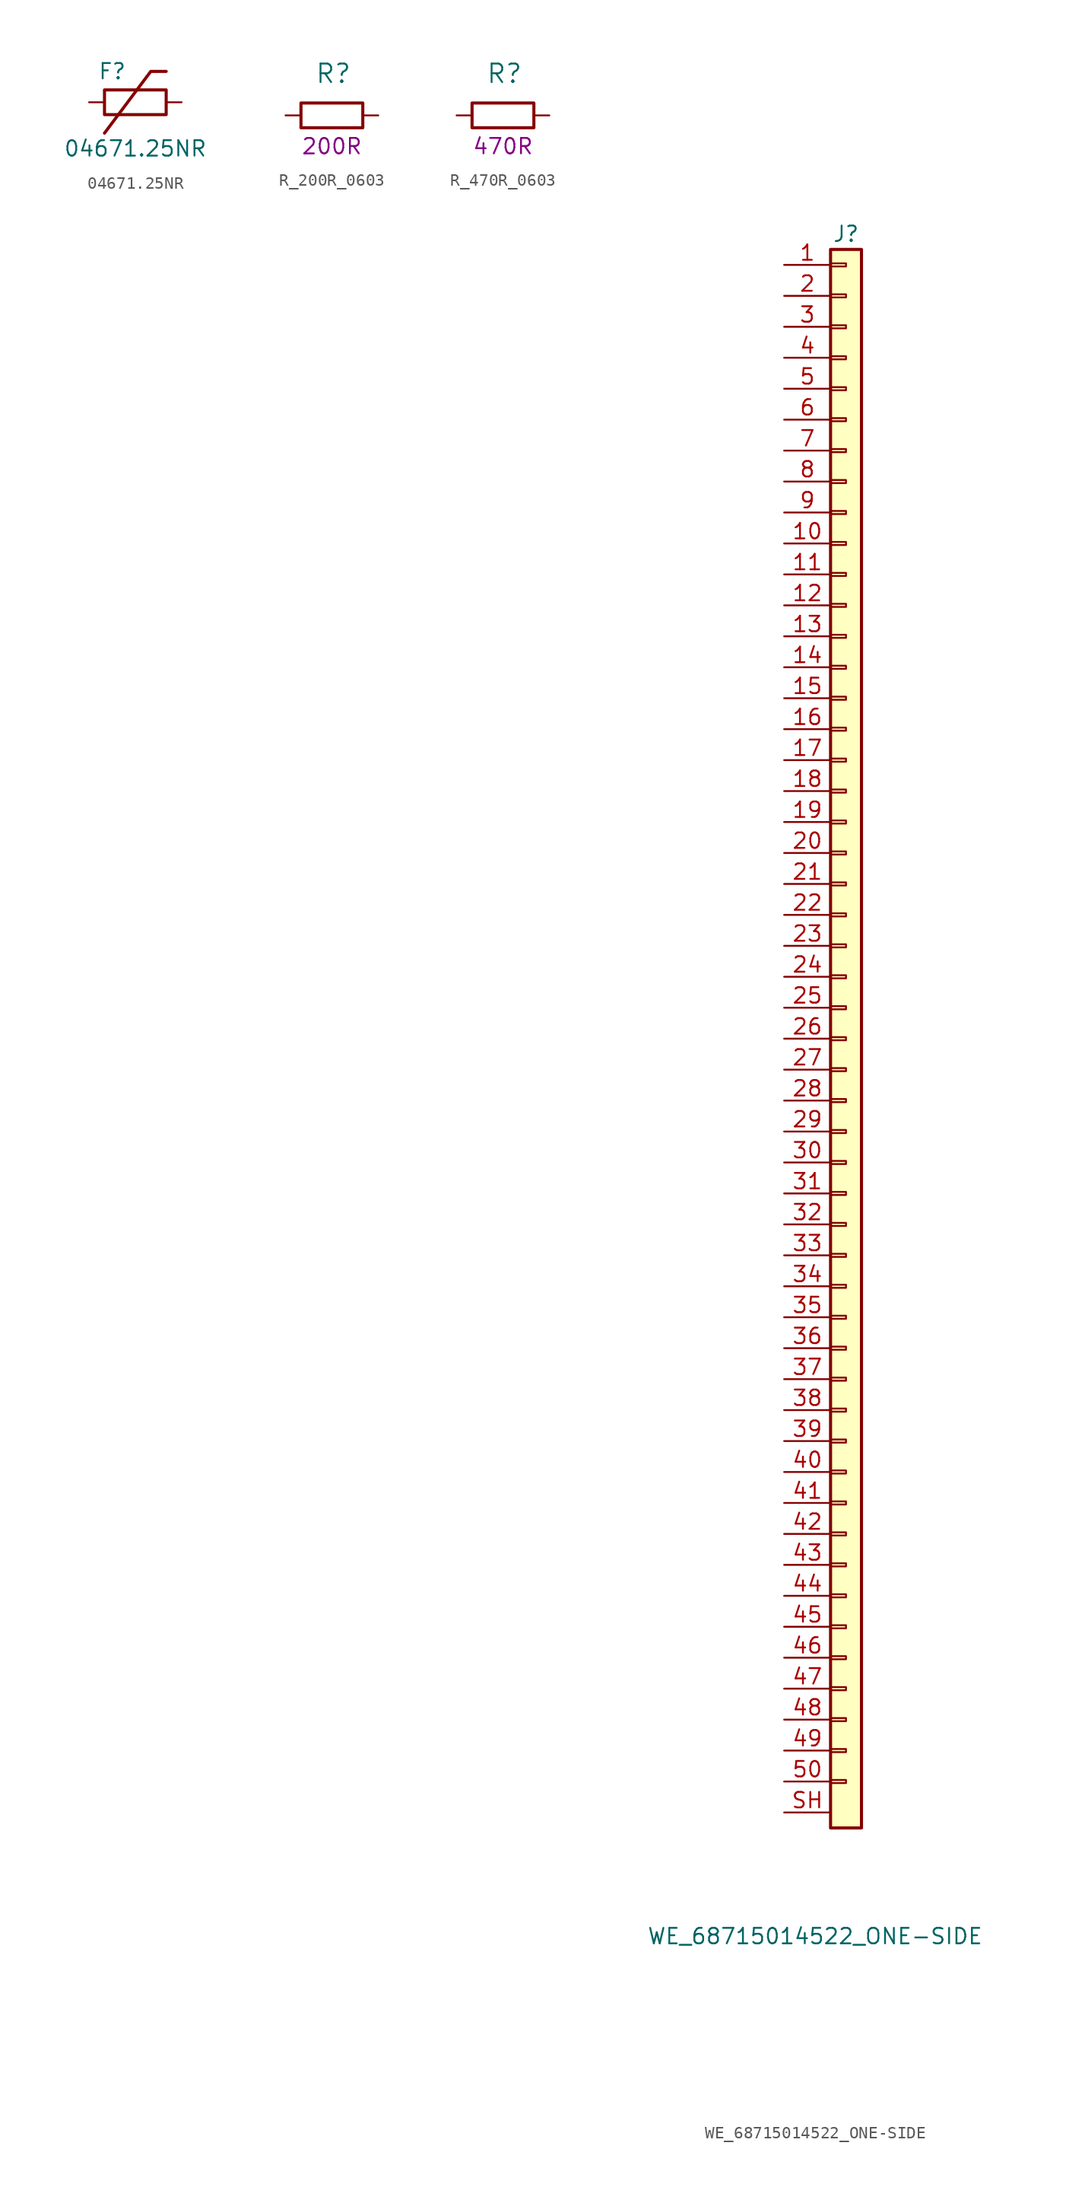
<source format=kicad_sym>
(kicad_symbol_lib
  (version 20211014)
  (generator kicad_symbol_editor)
  (symbol "04671.25NR"
    (pin_names
      (offset 1.016))
    (property "Reference" "F"
      (at -1.905 2.54 0)
      (effects (font (size 1.27 1.27))))
    (property "Value" "04671.25NR"
      (at 0 -3.81 0)
      (effects (font (size 1.27 1.27))))
    (symbol "04671.25NR_0_1"
      (polyline (pts (xy 2.54 2.54) (xy 1.27 2.54) (xy -2.54 -2.54)) (stroke (width 0.254) (type default) (color 0 0 0 0)) (fill (type none))))
    (symbol "04671.25NR_1_1"
      (rectangle (start 2.54 -1.016) (end -2.54 1.016) (stroke (width 0.254) (type default) (color 0 0 0 0)) (fill (type none)))
      (pin passive line (at -3.81 0 0) (length 1.27) (name "~" (effects (font (size 0 0)))) (number "1" (effects (font (size 0 0)))))
      (pin passive line (at 3.81 0 180) (length 1.27) (name "~" (effects (font (size 0 0)))) (number "2" (effects (font (size 0 0)))))))
  (symbol "R_200R_0603"
    (pin_names
      (offset 0))
    (property "Reference" "R"
      (at -1.397 3.429 0)
      (effects (font (size 1.524 1.524)) (justify left)))
    (property "Val" "200R"
      (at 0 -2.54 0)
      (effects (font (size 1.27 1.27))))
    (symbol "R_200R_0603_1_1"
      (rectangle (start 2.54 -1.016) (end -2.54 1.016) (stroke (width 0.254) (type default) (color 0 0 0 0)) (fill (type none)))
      (pin passive line (at -3.81 0 0) (length 1.27) (name "~" (effects (font (size 0 0)))) (number "1" (effects (font (size 0 0)))))
      (pin passive line (at 3.81 0 180) (length 1.27) (name "~" (effects (font (size 0 0)))) (number "2" (effects (font (size 0 0)))))))
  (symbol "R_470R_0603"
    (pin_names
      (offset 0))
    (property "Reference" "R"
      (at -1.397 3.429 0)
      (effects (font (size 1.524 1.524)) (justify left)))
    (property "Val" "470R"
      (at 0 -2.54 0)
      (effects (font (size 1.27 1.27))))
    (symbol "R_470R_0603_1_1"
      (rectangle (start 2.54 -1.016) (end -2.54 1.016) (stroke (width 0.254) (type default) (color 0 0 0 0)) (fill (type none)))
      (pin passive line (at -3.81 0 0) (length 1.27) (name "~" (effects (font (size 0 0)))) (number "1" (effects (font (size 0 0)))))
      (pin passive line (at 3.81 0 180) (length 1.27) (name "~" (effects (font (size 0 0)))) (number "2" (effects (font (size 0 0)))))))
  (symbol "WE_68715014522_ONE-SIDE"
    (pin_names
      (offset 1.016) hide)
    (property "Reference" "J"
      (at 0 43.18 0)
      (effects (font (size 1.27 1.27))))
    (property "Value" "WE_68715014522_ONE-SIDE"
      (at -2.54 -96.52 0)
      (effects (font (size 1.27 1.27))))
    (symbol "WE_68715014522_ONE-SIDE_1_1"
      (rectangle (start -1.27 -83.693) (end 0 -83.947) (stroke (width 0.152) (type default) (color 0 0 0 0)) (fill (type none)))
      (rectangle (start -1.27 -81.153) (end 0 -81.407) (stroke (width 0.152) (type default) (color 0 0 0 0)) (fill (type none)))
      (rectangle (start -1.27 -78.613) (end 0 -78.867) (stroke (width 0.152) (type default) (color 0 0 0 0)) (fill (type none)))
      (rectangle (start -1.27 -76.073) (end 0 -76.327) (stroke (width 0.152) (type default) (color 0 0 0 0)) (fill (type none)))
      (rectangle (start -1.27 -73.533) (end 0 -73.787) (stroke (width 0.152) (type default) (color 0 0 0 0)) (fill (type none)))
      (rectangle (start -1.27 -70.993) (end 0 -71.247) (stroke (width 0.152) (type default) (color 0 0 0 0)) (fill (type none)))
      (rectangle (start -1.27 -68.453) (end 0 -68.707) (stroke (width 0.152) (type default) (color 0 0 0 0)) (fill (type none)))
      (rectangle (start -1.27 -65.913) (end 0 -66.167) (stroke (width 0.152) (type default) (color 0 0 0 0)) (fill (type none)))
      (rectangle (start -1.27 -63.373) (end 0 -63.627) (stroke (width 0.152) (type default) (color 0 0 0 0)) (fill (type none)))
      (rectangle (start -1.27 -60.833) (end 0 -61.087) (stroke (width 0.152) (type default) (color 0 0 0 0)) (fill (type none)))
      (rectangle (start -1.27 -58.293) (end 0 -58.547) (stroke (width 0.152) (type default) (color 0 0 0 0)) (fill (type none)))
      (rectangle (start -1.27 -55.753) (end 0 -56.007) (stroke (width 0.152) (type default) (color 0 0 0 0)) (fill (type none)))
      (rectangle (start -1.27 -53.213) (end 0 -53.467) (stroke (width 0.152) (type default) (color 0 0 0 0)) (fill (type none)))
      (rectangle (start -1.27 -50.673) (end 0 -50.927) (stroke (width 0.152) (type default) (color 0 0 0 0)) (fill (type none)))
      (rectangle (start -1.27 -48.133) (end 0 -48.387) (stroke (width 0.152) (type default) (color 0 0 0 0)) (fill (type none)))
      (rectangle (start -1.27 -45.593) (end 0 -45.847) (stroke (width 0.152) (type default) (color 0 0 0 0)) (fill (type none)))
      (rectangle (start -1.27 -43.053) (end 0 -43.307) (stroke (width 0.152) (type default) (color 0 0 0 0)) (fill (type none)))
      (rectangle (start -1.27 -40.513) (end 0 -40.767) (stroke (width 0.152) (type default) (color 0 0 0 0)) (fill (type none)))
      (rectangle (start -1.27 -37.973) (end 0 -38.227) (stroke (width 0.152) (type default) (color 0 0 0 0)) (fill (type none)))
      (rectangle (start -1.27 -35.433) (end 0 -35.687) (stroke (width 0.152) (type default) (color 0 0 0 0)) (fill (type none)))
      (rectangle (start -1.27 -32.893) (end 0 -33.147) (stroke (width 0.152) (type default) (color 0 0 0 0)) (fill (type none)))
      (rectangle (start -1.27 -30.353) (end 0 -30.607) (stroke (width 0.152) (type default) (color 0 0 0 0)) (fill (type none)))
      (rectangle (start -1.27 -27.813) (end 0 -28.067) (stroke (width 0.152) (type default) (color 0 0 0 0)) (fill (type none)))
      (rectangle (start -1.27 -25.273) (end 0 -25.527) (stroke (width 0.152) (type default) (color 0 0 0 0)) (fill (type none)))
      (rectangle (start -1.27 -22.733) (end 0 -22.987) (stroke (width 0.152) (type default) (color 0 0 0 0)) (fill (type none)))
      (rectangle (start -1.27 -20.193) (end 0 -20.447) (stroke (width 0.152) (type default) (color 0 0 0 0)) (fill (type none)))
      (rectangle (start -1.27 -17.653) (end 0 -17.907) (stroke (width 0.152) (type default) (color 0 0 0 0)) (fill (type none)))
      (rectangle (start -1.27 -15.113) (end 0 -15.367) (stroke (width 0.152) (type default) (color 0 0 0 0)) (fill (type none)))
      (rectangle (start -1.27 -12.573) (end 0 -12.827) (stroke (width 0.152) (type default) (color 0 0 0 0)) (fill (type none)))
      (rectangle (start -1.27 -10.033) (end 0 -10.287) (stroke (width 0.152) (type default) (color 0 0 0 0)) (fill (type none)))
      (rectangle (start -1.27 -7.493) (end 0 -7.747) (stroke (width 0.152) (type default) (color 0 0 0 0)) (fill (type none)))
      (rectangle (start -1.27 -4.953) (end 0 -5.207) (stroke (width 0.152) (type default) (color 0 0 0 0)) (fill (type none)))
      (rectangle (start -1.27 -2.413) (end 0 -2.667) (stroke (width 0.152) (type default) (color 0 0 0 0)) (fill (type none)))
      (rectangle (start -1.27 0.127) (end 0 -0.127) (stroke (width 0.152) (type default) (color 0 0 0 0)) (fill (type none)))
      (rectangle (start -1.27 2.667) (end 0 2.413) (stroke (width 0.152) (type default) (color 0 0 0 0)) (fill (type none)))
      (rectangle (start -1.27 5.207) (end 0 4.953) (stroke (width 0.152) (type default) (color 0 0 0 0)) (fill (type none)))
      (rectangle (start -1.27 7.747) (end 0 7.493) (stroke (width 0.152) (type default) (color 0 0 0 0)) (fill (type none)))
      (rectangle (start -1.27 10.287) (end 0 10.033) (stroke (width 0.152) (type default) (color 0 0 0 0)) (fill (type none)))
      (rectangle (start -1.27 12.827) (end 0 12.573) (stroke (width 0.152) (type default) (color 0 0 0 0)) (fill (type none)))
      (rectangle (start -1.27 15.367) (end 0 15.113) (stroke (width 0.152) (type default) (color 0 0 0 0)) (fill (type none)))
      (rectangle (start -1.27 17.907) (end 0 17.653) (stroke (width 0.152) (type default) (color 0 0 0 0)) (fill (type none)))
      (rectangle (start -1.27 20.447) (end 0 20.193) (stroke (width 0.152) (type default) (color 0 0 0 0)) (fill (type none)))
      (rectangle (start -1.27 22.987) (end 0 22.733) (stroke (width 0.152) (type default) (color 0 0 0 0)) (fill (type none)))
      (rectangle (start -1.27 25.527) (end 0 25.273) (stroke (width 0.152) (type default) (color 0 0 0 0)) (fill (type none)))
      (rectangle (start -1.27 28.067) (end 0 27.813) (stroke (width 0.152) (type default) (color 0 0 0 0)) (fill (type none)))
      (rectangle (start -1.27 30.607) (end 0 30.353) (stroke (width 0.152) (type default) (color 0 0 0 0)) (fill (type none)))
      (rectangle (start -1.27 33.147) (end 0 32.893) (stroke (width 0.152) (type default) (color 0 0 0 0)) (fill (type none)))
      (rectangle (start -1.27 35.687) (end 0 35.433) (stroke (width 0.152) (type default) (color 0 0 0 0)) (fill (type none)))
      (rectangle (start -1.27 38.227) (end 0 37.973) (stroke (width 0.152) (type default) (color 0 0 0 0)) (fill (type none)))
      (rectangle (start -1.27 40.767) (end 0 40.513) (stroke (width 0.152) (type default) (color 0 0 0 0)) (fill (type none)))
      (rectangle (start -1.27 41.91) (end 1.27 -87.63) (stroke (width 0.254) (type default) (color 0 0 0 0)) (fill (type background)))
      (pin passive line (at -5.08 40.64 0) (length 3.81) (name "Pin_1" (effects (font (size 1.27 1.27)))) (number "1" (effects (font (size 1.27 1.27)))))
      (pin passive line (at -5.08 17.78 0) (length 3.81) (name "Pin_10" (effects (font (size 1.27 1.27)))) (number "10" (effects (font (size 1.27 1.27)))))
      (pin passive line (at -5.08 15.24 0) (length 3.81) (name "Pin_11" (effects (font (size 1.27 1.27)))) (number "11" (effects (font (size 1.27 1.27)))))
      (pin passive line (at -5.08 12.7 0) (length 3.81) (name "Pin_12" (effects (font (size 1.27 1.27)))) (number "12" (effects (font (size 1.27 1.27)))))
      (pin passive line (at -5.08 10.16 0) (length 3.81) (name "Pin_13" (effects (font (size 1.27 1.27)))) (number "13" (effects (font (size 1.27 1.27)))))
      (pin passive line (at -5.08 7.62 0) (length 3.81) (name "Pin_14" (effects (font (size 1.27 1.27)))) (number "14" (effects (font (size 1.27 1.27)))))
      (pin passive line (at -5.08 5.08 0) (length 3.81) (name "Pin_15" (effects (font (size 1.27 1.27)))) (number "15" (effects (font (size 1.27 1.27)))))
      (pin passive line (at -5.08 2.54 0) (length 3.81) (name "Pin_16" (effects (font (size 1.27 1.27)))) (number "16" (effects (font (size 1.27 1.27)))))
      (pin passive line (at -5.08 0 0) (length 3.81) (name "Pin_17" (effects (font (size 1.27 1.27)))) (number "17" (effects (font (size 1.27 1.27)))))
      (pin passive line (at -5.08 -2.54 0) (length 3.81) (name "Pin_18" (effects (font (size 1.27 1.27)))) (number "18" (effects (font (size 1.27 1.27)))))
      (pin passive line (at -5.08 -5.08 0) (length 3.81) (name "Pin_19" (effects (font (size 1.27 1.27)))) (number "19" (effects (font (size 1.27 1.27)))))
      (pin passive line (at -5.08 38.1 0) (length 3.81) (name "Pin_2" (effects (font (size 1.27 1.27)))) (number "2" (effects (font (size 1.27 1.27)))))
      (pin passive line (at -5.08 -7.62 0) (length 3.81) (name "Pin_20" (effects (font (size 1.27 1.27)))) (number "20" (effects (font (size 1.27 1.27)))))
      (pin passive line (at -5.08 -10.16 0) (length 3.81) (name "Pin_21" (effects (font (size 1.27 1.27)))) (number "21" (effects (font (size 1.27 1.27)))))
      (pin passive line (at -5.08 -12.7 0) (length 3.81) (name "Pin_22" (effects (font (size 1.27 1.27)))) (number "22" (effects (font (size 1.27 1.27)))))
      (pin passive line (at -5.08 -15.24 0) (length 3.81) (name "Pin_23" (effects (font (size 1.27 1.27)))) (number "23" (effects (font (size 1.27 1.27)))))
      (pin passive line (at -5.08 -17.78 0) (length 3.81) (name "Pin_24" (effects (font (size 1.27 1.27)))) (number "24" (effects (font (size 1.27 1.27)))))
      (pin passive line (at -5.08 -20.32 0) (length 3.81) (name "Pin_25" (effects (font (size 1.27 1.27)))) (number "25" (effects (font (size 1.27 1.27)))))
      (pin passive line (at -5.08 -22.86 0) (length 3.81) (name "Pin_26" (effects (font (size 1.27 1.27)))) (number "26" (effects (font (size 1.27 1.27)))))
      (pin passive line (at -5.08 -25.4 0) (length 3.81) (name "Pin_27" (effects (font (size 1.27 1.27)))) (number "27" (effects (font (size 1.27 1.27)))))
      (pin passive line (at -5.08 -27.94 0) (length 3.81) (name "Pin_28" (effects (font (size 1.27 1.27)))) (number "28" (effects (font (size 1.27 1.27)))))
      (pin passive line (at -5.08 -30.48 0) (length 3.81) (name "Pin_29" (effects (font (size 1.27 1.27)))) (number "29" (effects (font (size 1.27 1.27)))))
      (pin passive line (at -5.08 35.56 0) (length 3.81) (name "Pin_3" (effects (font (size 1.27 1.27)))) (number "3" (effects (font (size 1.27 1.27)))))
      (pin passive line (at -5.08 -33.02 0) (length 3.81) (name "Pin_30" (effects (font (size 1.27 1.27)))) (number "30" (effects (font (size 1.27 1.27)))))
      (pin passive line (at -5.08 -35.56 0) (length 3.81) (name "Pin_31" (effects (font (size 1.27 1.27)))) (number "31" (effects (font (size 1.27 1.27)))))
      (pin passive line (at -5.08 -38.1 0) (length 3.81) (name "Pin_32" (effects (font (size 1.27 1.27)))) (number "32" (effects (font (size 1.27 1.27)))))
      (pin passive line (at -5.08 -40.64 0) (length 3.81) (name "Pin_33" (effects (font (size 1.27 1.27)))) (number "33" (effects (font (size 1.27 1.27)))))
      (pin passive line (at -5.08 -43.18 0) (length 3.81) (name "Pin_34" (effects (font (size 1.27 1.27)))) (number "34" (effects (font (size 1.27 1.27)))))
      (pin passive line (at -5.08 -45.72 0) (length 3.81) (name "Pin_35" (effects (font (size 1.27 1.27)))) (number "35" (effects (font (size 1.27 1.27)))))
      (pin passive line (at -5.08 -48.26 0) (length 3.81) (name "Pin_36" (effects (font (size 1.27 1.27)))) (number "36" (effects (font (size 1.27 1.27)))))
      (pin passive line (at -5.08 -50.8 0) (length 3.81) (name "Pin_37" (effects (font (size 1.27 1.27)))) (number "37" (effects (font (size 1.27 1.27)))))
      (pin passive line (at -5.08 -53.34 0) (length 3.81) (name "Pin_38" (effects (font (size 1.27 1.27)))) (number "38" (effects (font (size 1.27 1.27)))))
      (pin passive line (at -5.08 -55.88 0) (length 3.81) (name "Pin_39" (effects (font (size 1.27 1.27)))) (number "39" (effects (font (size 1.27 1.27)))))
      (pin passive line (at -5.08 33.02 0) (length 3.81) (name "Pin_4" (effects (font (size 1.27 1.27)))) (number "4" (effects (font (size 1.27 1.27)))))
      (pin passive line (at -5.08 -58.42 0) (length 3.81) (name "Pin_40" (effects (font (size 1.27 1.27)))) (number "40" (effects (font (size 1.27 1.27)))))
      (pin passive line (at -5.08 -60.96 0) (length 3.81) (name "Pin_41" (effects (font (size 1.27 1.27)))) (number "41" (effects (font (size 1.27 1.27)))))
      (pin passive line (at -5.08 -63.5 0) (length 3.81) (name "Pin_42" (effects (font (size 1.27 1.27)))) (number "42" (effects (font (size 1.27 1.27)))))
      (pin passive line (at -5.08 -66.04 0) (length 3.81) (name "Pin_43" (effects (font (size 1.27 1.27)))) (number "43" (effects (font (size 1.27 1.27)))))
      (pin passive line (at -5.08 -68.58 0) (length 3.81) (name "Pin_44" (effects (font (size 1.27 1.27)))) (number "44" (effects (font (size 1.27 1.27)))))
      (pin passive line (at -5.08 -71.12 0) (length 3.81) (name "Pin_45" (effects (font (size 1.27 1.27)))) (number "45" (effects (font (size 1.27 1.27)))))
      (pin passive line (at -5.08 -73.66 0) (length 3.81) (name "Pin_46" (effects (font (size 1.27 1.27)))) (number "46" (effects (font (size 1.27 1.27)))))
      (pin passive line (at -5.08 -76.2 0) (length 3.81) (name "Pin_47" (effects (font (size 1.27 1.27)))) (number "47" (effects (font (size 1.27 1.27)))))
      (pin passive line (at -5.08 -78.74 0) (length 3.81) (name "Pin_48" (effects (font (size 1.27 1.27)))) (number "48" (effects (font (size 1.27 1.27)))))
      (pin passive line (at -5.08 -81.28 0) (length 3.81) (name "Pin_49" (effects (font (size 1.27 1.27)))) (number "49" (effects (font (size 1.27 1.27)))))
      (pin passive line (at -5.08 30.48 0) (length 3.81) (name "Pin_5" (effects (font (size 1.27 1.27)))) (number "5" (effects (font (size 1.27 1.27)))))
      (pin passive line (at -5.08 -83.82 0) (length 3.81) (name "Pin_50" (effects (font (size 1.27 1.27)))) (number "50" (effects (font (size 1.27 1.27)))))
      (pin passive line (at -5.08 27.94 0) (length 3.81) (name "Pin_6" (effects (font (size 1.27 1.27)))) (number "6" (effects (font (size 1.27 1.27)))))
      (pin passive line (at -5.08 25.4 0) (length 3.81) (name "Pin_7" (effects (font (size 1.27 1.27)))) (number "7" (effects (font (size 1.27 1.27)))))
      (pin passive line (at -5.08 22.86 0) (length 3.81) (name "Pin_8" (effects (font (size 1.27 1.27)))) (number "8" (effects (font (size 1.27 1.27)))))
      (pin passive line (at -5.08 20.32 0) (length 3.81) (name "Pin_9" (effects (font (size 1.27 1.27)))) (number "9" (effects (font (size 1.27 1.27)))))
      (pin passive line (at -5.08 -86.36 0) (length 3.81) (name "SHLD" (effects (font (size 1.27 1.27)))) (number "SH" (effects (font (size 1.27 1.27))))))))
</source>
